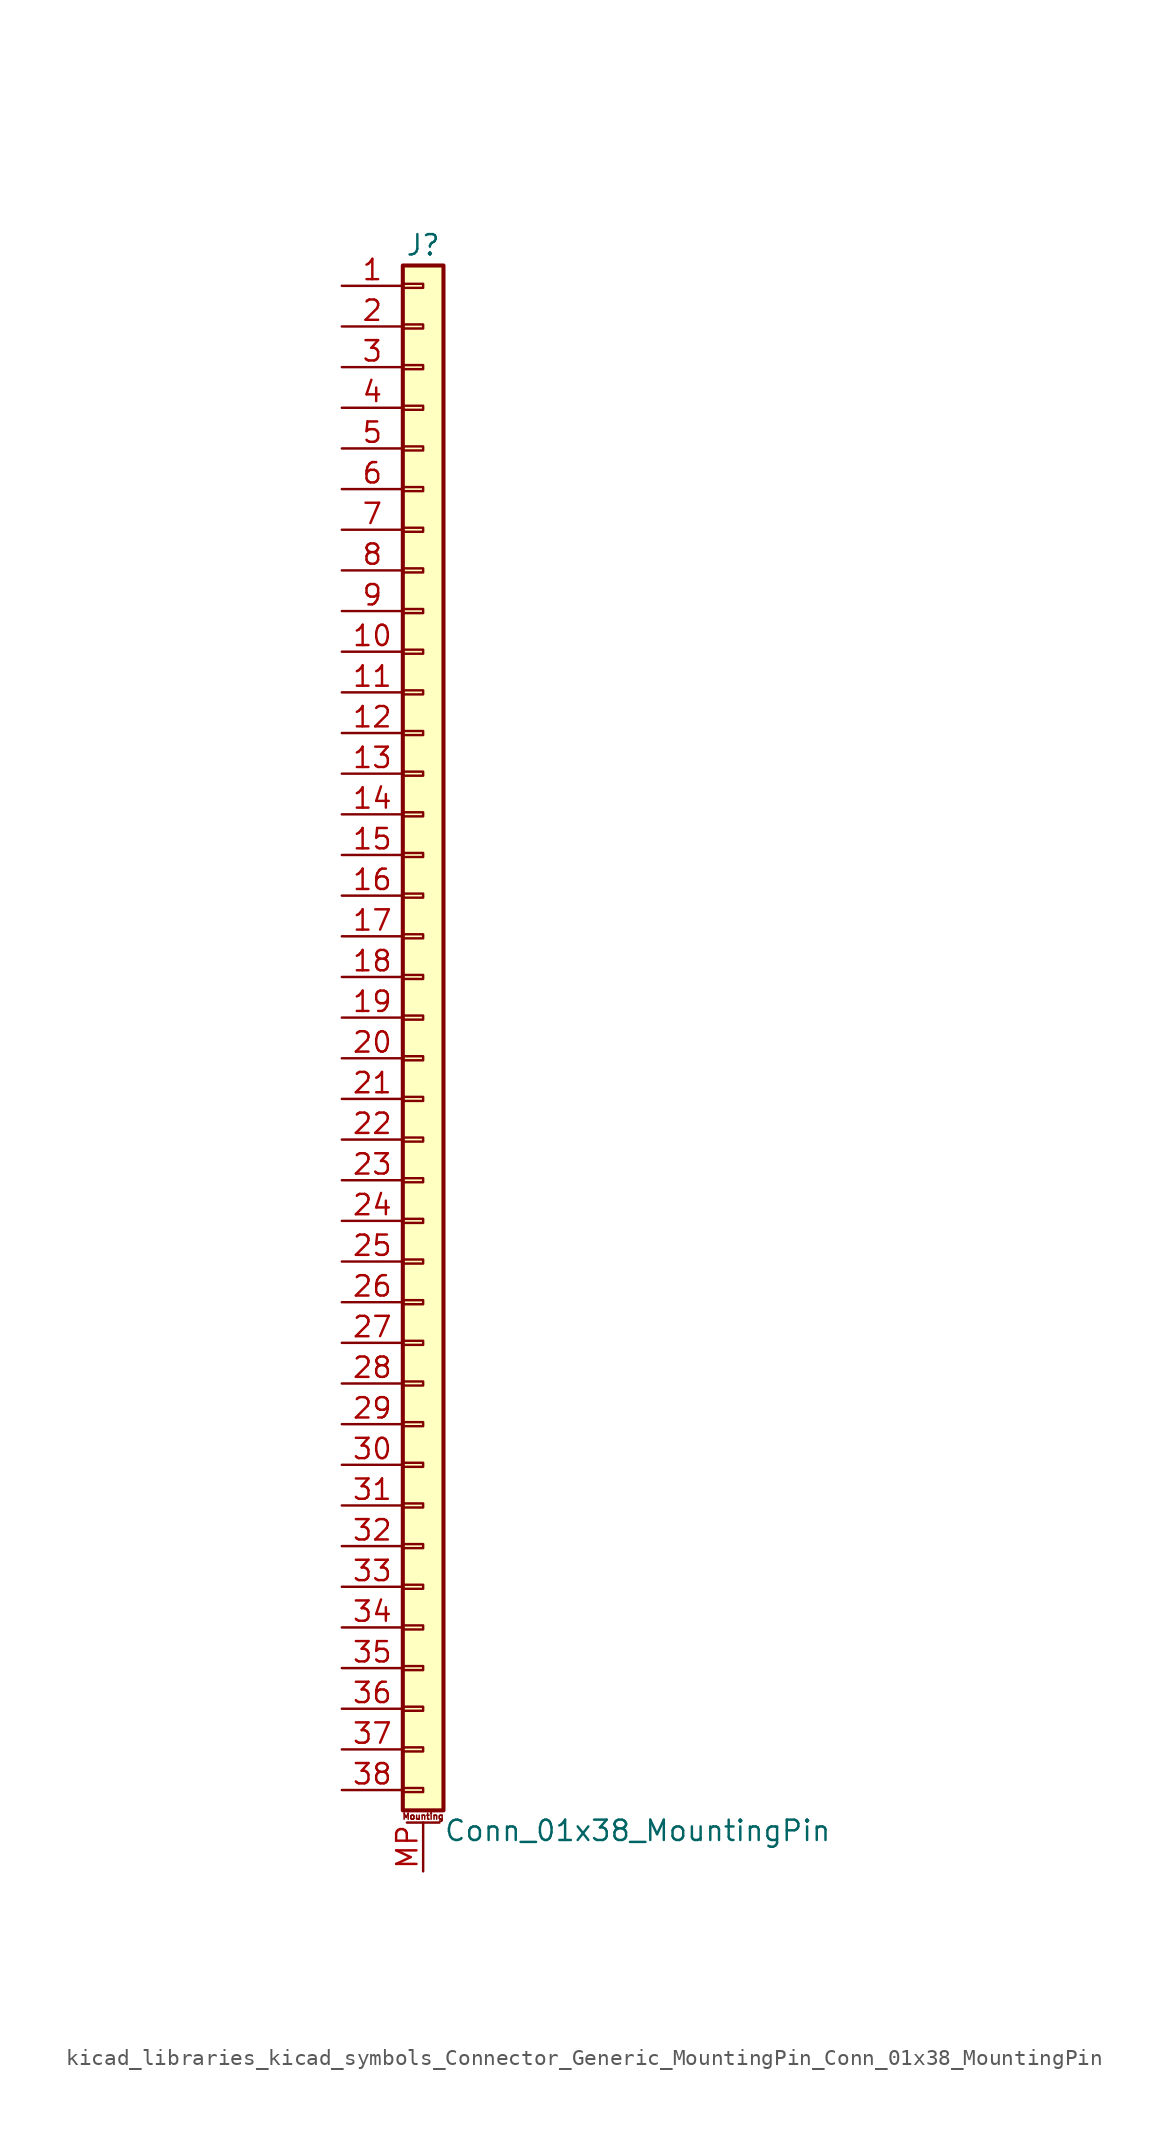
<source format=kicad_sym>
(kicad_symbol_lib
  (version 20220914)
  (generator kicad_symbol_editor)
  (symbol "kicad_libraries_kicad_symbols_Connector_Generic_MountingPin_Conn_01x38_MountingPin"
    (pin_names
      (offset 1.016) hide)
    (property "Reference" "J"
      (at 0 48.26 0)
      (effects (font (size 1.27 1.27))))
    (property "Value" "Conn_01x38_MountingPin"
      (at 1.27 -50.8 0)
      (effects (font (size 1.27 1.27)) (justify left)))
    (symbol "kicad_libraries_kicad_symbols_Connector_Generic_MountingPin_Conn_01x38_MountingPin_1_1"
      (rectangle (start -1.27 -48.133) (end 0 -48.387) (stroke (width 0.152) (type default)) (fill (type none)))
      (rectangle (start -1.27 -45.593) (end 0 -45.847) (stroke (width 0.152) (type default)) (fill (type none)))
      (rectangle (start -1.27 -43.053) (end 0 -43.307) (stroke (width 0.152) (type default)) (fill (type none)))
      (rectangle (start -1.27 -40.513) (end 0 -40.767) (stroke (width 0.152) (type default)) (fill (type none)))
      (rectangle (start -1.27 -37.973) (end 0 -38.227) (stroke (width 0.152) (type default)) (fill (type none)))
      (rectangle (start -1.27 -35.433) (end 0 -35.687) (stroke (width 0.152) (type default)) (fill (type none)))
      (rectangle (start -1.27 -32.893) (end 0 -33.147) (stroke (width 0.152) (type default)) (fill (type none)))
      (rectangle (start -1.27 -30.353) (end 0 -30.607) (stroke (width 0.152) (type default)) (fill (type none)))
      (rectangle (start -1.27 -27.813) (end 0 -28.067) (stroke (width 0.152) (type default)) (fill (type none)))
      (rectangle (start -1.27 -25.273) (end 0 -25.527) (stroke (width 0.152) (type default)) (fill (type none)))
      (rectangle (start -1.27 -22.733) (end 0 -22.987) (stroke (width 0.152) (type default)) (fill (type none)))
      (rectangle (start -1.27 -20.193) (end 0 -20.447) (stroke (width 0.152) (type default)) (fill (type none)))
      (rectangle (start -1.27 -17.653) (end 0 -17.907) (stroke (width 0.152) (type default)) (fill (type none)))
      (rectangle (start -1.27 -15.113) (end 0 -15.367) (stroke (width 0.152) (type default)) (fill (type none)))
      (rectangle (start -1.27 -12.573) (end 0 -12.827) (stroke (width 0.152) (type default)) (fill (type none)))
      (rectangle (start -1.27 -10.033) (end 0 -10.287) (stroke (width 0.152) (type default)) (fill (type none)))
      (rectangle (start -1.27 -7.493) (end 0 -7.747) (stroke (width 0.152) (type default)) (fill (type none)))
      (rectangle (start -1.27 -4.953) (end 0 -5.207) (stroke (width 0.152) (type default)) (fill (type none)))
      (rectangle (start -1.27 -2.413) (end 0 -2.667) (stroke (width 0.152) (type default)) (fill (type none)))
      (rectangle (start -1.27 0.127) (end 0 -0.127) (stroke (width 0.152) (type default)) (fill (type none)))
      (rectangle (start -1.27 2.667) (end 0 2.413) (stroke (width 0.152) (type default)) (fill (type none)))
      (rectangle (start -1.27 5.207) (end 0 4.953) (stroke (width 0.152) (type default)) (fill (type none)))
      (rectangle (start -1.27 7.747) (end 0 7.493) (stroke (width 0.152) (type default)) (fill (type none)))
      (rectangle (start -1.27 10.287) (end 0 10.033) (stroke (width 0.152) (type default)) (fill (type none)))
      (rectangle (start -1.27 12.827) (end 0 12.573) (stroke (width 0.152) (type default)) (fill (type none)))
      (rectangle (start -1.27 15.367) (end 0 15.113) (stroke (width 0.152) (type default)) (fill (type none)))
      (rectangle (start -1.27 17.907) (end 0 17.653) (stroke (width 0.152) (type default)) (fill (type none)))
      (rectangle (start -1.27 20.447) (end 0 20.193) (stroke (width 0.152) (type default)) (fill (type none)))
      (rectangle (start -1.27 22.987) (end 0 22.733) (stroke (width 0.152) (type default)) (fill (type none)))
      (rectangle (start -1.27 25.527) (end 0 25.273) (stroke (width 0.152) (type default)) (fill (type none)))
      (rectangle (start -1.27 28.067) (end 0 27.813) (stroke (width 0.152) (type default)) (fill (type none)))
      (rectangle (start -1.27 30.607) (end 0 30.353) (stroke (width 0.152) (type default)) (fill (type none)))
      (rectangle (start -1.27 33.147) (end 0 32.893) (stroke (width 0.152) (type default)) (fill (type none)))
      (rectangle (start -1.27 35.687) (end 0 35.433) (stroke (width 0.152) (type default)) (fill (type none)))
      (rectangle (start -1.27 38.227) (end 0 37.973) (stroke (width 0.152) (type default)) (fill (type none)))
      (rectangle (start -1.27 40.767) (end 0 40.513) (stroke (width 0.152) (type default)) (fill (type none)))
      (rectangle (start -1.27 43.307) (end 0 43.053) (stroke (width 0.152) (type default)) (fill (type none)))
      (rectangle (start -1.27 45.847) (end 0 45.593) (stroke (width 0.152) (type default)) (fill (type none)))
      (rectangle (start -1.27 46.99) (end 1.27 -49.53) (stroke (width 0.254) (type default)) (fill (type background)))
      (polyline (pts (xy -1.016 -50.292) (xy 1.016 -50.292)) (stroke (width 0.152) (type default)) (fill (type none)))
      (text "Mounting" (at 0 -49.911 0) (effects (font (size 0.381 0.381))))
      (pin passive line (at -5.08 45.72 0) (length 3.81) (name "Pin_1" (effects (font (size 1.27 1.27)))) (number "1" (effects (font (size 1.27 1.27)))))
      (pin passive line (at -5.08 22.86 0) (length 3.81) (name "Pin_10" (effects (font (size 1.27 1.27)))) (number "10" (effects (font (size 1.27 1.27)))))
      (pin passive line (at -5.08 20.32 0) (length 3.81) (name "Pin_11" (effects (font (size 1.27 1.27)))) (number "11" (effects (font (size 1.27 1.27)))))
      (pin passive line (at -5.08 17.78 0) (length 3.81) (name "Pin_12" (effects (font (size 1.27 1.27)))) (number "12" (effects (font (size 1.27 1.27)))))
      (pin passive line (at -5.08 15.24 0) (length 3.81) (name "Pin_13" (effects (font (size 1.27 1.27)))) (number "13" (effects (font (size 1.27 1.27)))))
      (pin passive line (at -5.08 12.7 0) (length 3.81) (name "Pin_14" (effects (font (size 1.27 1.27)))) (number "14" (effects (font (size 1.27 1.27)))))
      (pin passive line (at -5.08 10.16 0) (length 3.81) (name "Pin_15" (effects (font (size 1.27 1.27)))) (number "15" (effects (font (size 1.27 1.27)))))
      (pin passive line (at -5.08 7.62 0) (length 3.81) (name "Pin_16" (effects (font (size 1.27 1.27)))) (number "16" (effects (font (size 1.27 1.27)))))
      (pin passive line (at -5.08 5.08 0) (length 3.81) (name "Pin_17" (effects (font (size 1.27 1.27)))) (number "17" (effects (font (size 1.27 1.27)))))
      (pin passive line (at -5.08 2.54 0) (length 3.81) (name "Pin_18" (effects (font (size 1.27 1.27)))) (number "18" (effects (font (size 1.27 1.27)))))
      (pin passive line (at -5.08 0 0) (length 3.81) (name "Pin_19" (effects (font (size 1.27 1.27)))) (number "19" (effects (font (size 1.27 1.27)))))
      (pin passive line (at -5.08 43.18 0) (length 3.81) (name "Pin_2" (effects (font (size 1.27 1.27)))) (number "2" (effects (font (size 1.27 1.27)))))
      (pin passive line (at -5.08 -2.54 0) (length 3.81) (name "Pin_20" (effects (font (size 1.27 1.27)))) (number "20" (effects (font (size 1.27 1.27)))))
      (pin passive line (at -5.08 -5.08 0) (length 3.81) (name "Pin_21" (effects (font (size 1.27 1.27)))) (number "21" (effects (font (size 1.27 1.27)))))
      (pin passive line (at -5.08 -7.62 0) (length 3.81) (name "Pin_22" (effects (font (size 1.27 1.27)))) (number "22" (effects (font (size 1.27 1.27)))))
      (pin passive line (at -5.08 -10.16 0) (length 3.81) (name "Pin_23" (effects (font (size 1.27 1.27)))) (number "23" (effects (font (size 1.27 1.27)))))
      (pin passive line (at -5.08 -12.7 0) (length 3.81) (name "Pin_24" (effects (font (size 1.27 1.27)))) (number "24" (effects (font (size 1.27 1.27)))))
      (pin passive line (at -5.08 -15.24 0) (length 3.81) (name "Pin_25" (effects (font (size 1.27 1.27)))) (number "25" (effects (font (size 1.27 1.27)))))
      (pin passive line (at -5.08 -17.78 0) (length 3.81) (name "Pin_26" (effects (font (size 1.27 1.27)))) (number "26" (effects (font (size 1.27 1.27)))))
      (pin passive line (at -5.08 -20.32 0) (length 3.81) (name "Pin_27" (effects (font (size 1.27 1.27)))) (number "27" (effects (font (size 1.27 1.27)))))
      (pin passive line (at -5.08 -22.86 0) (length 3.81) (name "Pin_28" (effects (font (size 1.27 1.27)))) (number "28" (effects (font (size 1.27 1.27)))))
      (pin passive line (at -5.08 -25.4 0) (length 3.81) (name "Pin_29" (effects (font (size 1.27 1.27)))) (number "29" (effects (font (size 1.27 1.27)))))
      (pin passive line (at -5.08 40.64 0) (length 3.81) (name "Pin_3" (effects (font (size 1.27 1.27)))) (number "3" (effects (font (size 1.27 1.27)))))
      (pin passive line (at -5.08 -27.94 0) (length 3.81) (name "Pin_30" (effects (font (size 1.27 1.27)))) (number "30" (effects (font (size 1.27 1.27)))))
      (pin passive line (at -5.08 -30.48 0) (length 3.81) (name "Pin_31" (effects (font (size 1.27 1.27)))) (number "31" (effects (font (size 1.27 1.27)))))
      (pin passive line (at -5.08 -33.02 0) (length 3.81) (name "Pin_32" (effects (font (size 1.27 1.27)))) (number "32" (effects (font (size 1.27 1.27)))))
      (pin passive line (at -5.08 -35.56 0) (length 3.81) (name "Pin_33" (effects (font (size 1.27 1.27)))) (number "33" (effects (font (size 1.27 1.27)))))
      (pin passive line (at -5.08 -38.1 0) (length 3.81) (name "Pin_34" (effects (font (size 1.27 1.27)))) (number "34" (effects (font (size 1.27 1.27)))))
      (pin passive line (at -5.08 -40.64 0) (length 3.81) (name "Pin_35" (effects (font (size 1.27 1.27)))) (number "35" (effects (font (size 1.27 1.27)))))
      (pin passive line (at -5.08 -43.18 0) (length 3.81) (name "Pin_36" (effects (font (size 1.27 1.27)))) (number "36" (effects (font (size 1.27 1.27)))))
      (pin passive line (at -5.08 -45.72 0) (length 3.81) (name "Pin_37" (effects (font (size 1.27 1.27)))) (number "37" (effects (font (size 1.27 1.27)))))
      (pin passive line (at -5.08 -48.26 0) (length 3.81) (name "Pin_38" (effects (font (size 1.27 1.27)))) (number "38" (effects (font (size 1.27 1.27)))))
      (pin passive line (at -5.08 38.1 0) (length 3.81) (name "Pin_4" (effects (font (size 1.27 1.27)))) (number "4" (effects (font (size 1.27 1.27)))))
      (pin passive line (at -5.08 35.56 0) (length 3.81) (name "Pin_5" (effects (font (size 1.27 1.27)))) (number "5" (effects (font (size 1.27 1.27)))))
      (pin passive line (at -5.08 33.02 0) (length 3.81) (name "Pin_6" (effects (font (size 1.27 1.27)))) (number "6" (effects (font (size 1.27 1.27)))))
      (pin passive line (at -5.08 30.48 0) (length 3.81) (name "Pin_7" (effects (font (size 1.27 1.27)))) (number "7" (effects (font (size 1.27 1.27)))))
      (pin passive line (at -5.08 27.94 0) (length 3.81) (name "Pin_8" (effects (font (size 1.27 1.27)))) (number "8" (effects (font (size 1.27 1.27)))))
      (pin passive line (at -5.08 25.4 0) (length 3.81) (name "Pin_9" (effects (font (size 1.27 1.27)))) (number "9" (effects (font (size 1.27 1.27)))))
      (pin passive line (at 0 -53.34 90) (length 3.048) (name "MountPin" (effects (font (size 1.27 1.27)))) (number "MP" (effects (font (size 1.27 1.27))))))))
</source>
